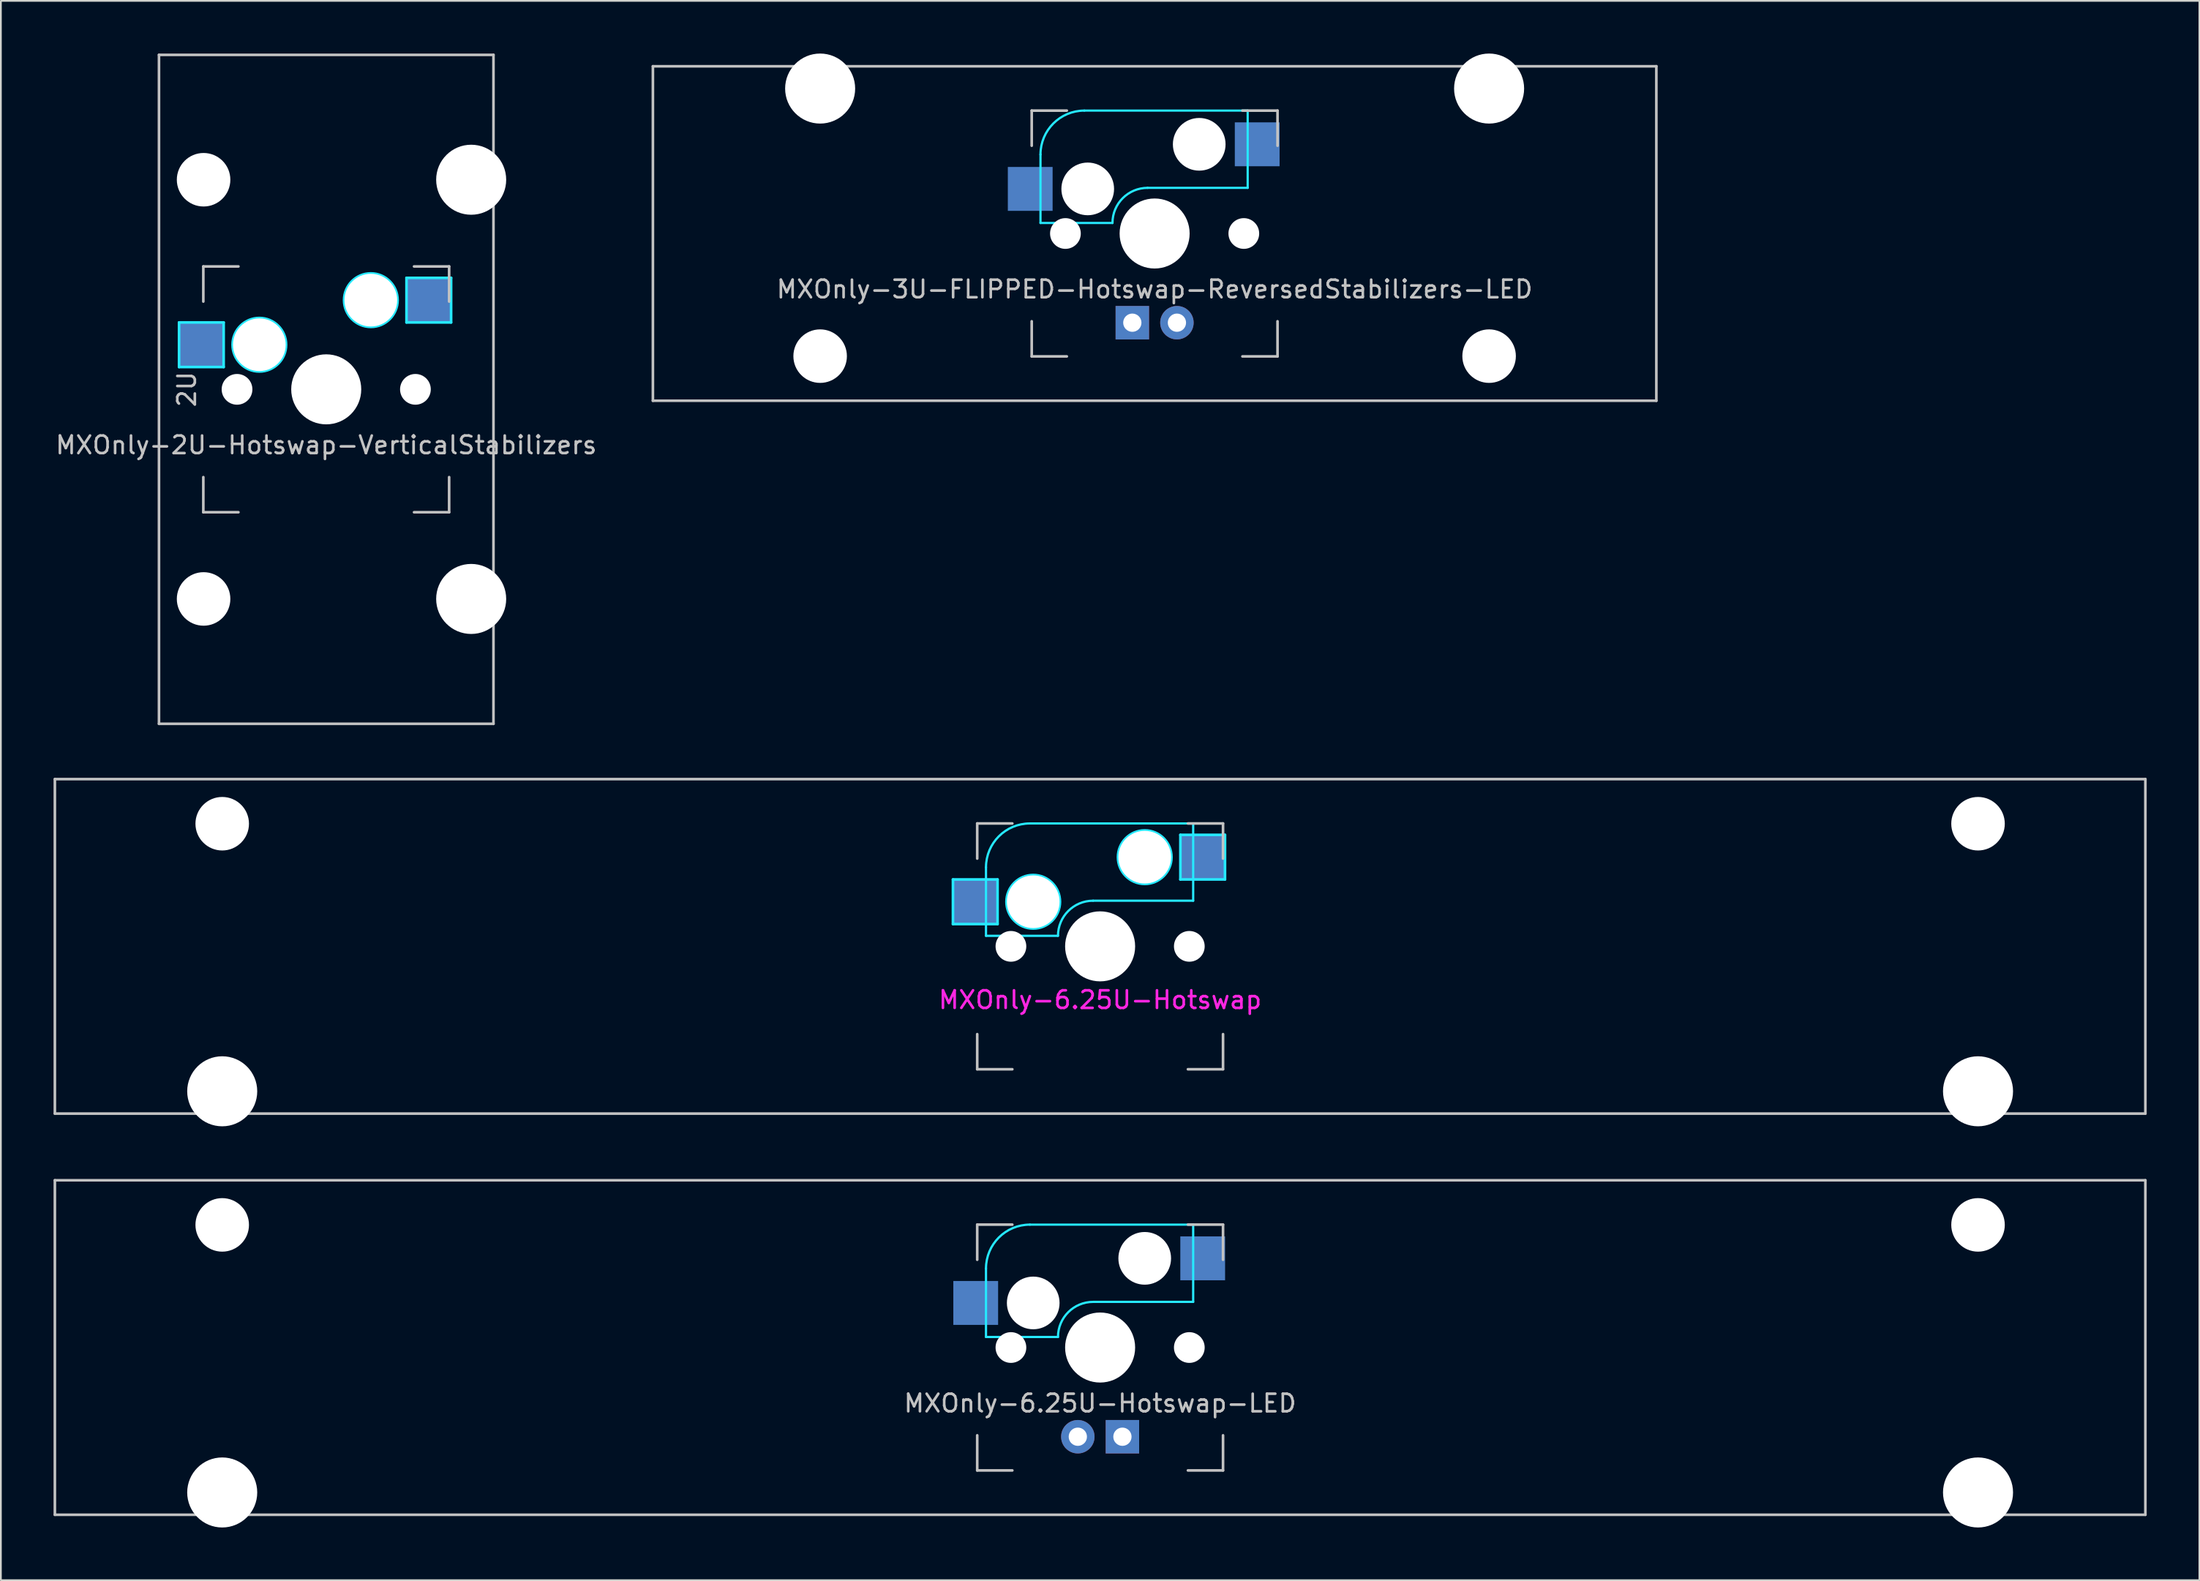
<source format=kicad_pcb>
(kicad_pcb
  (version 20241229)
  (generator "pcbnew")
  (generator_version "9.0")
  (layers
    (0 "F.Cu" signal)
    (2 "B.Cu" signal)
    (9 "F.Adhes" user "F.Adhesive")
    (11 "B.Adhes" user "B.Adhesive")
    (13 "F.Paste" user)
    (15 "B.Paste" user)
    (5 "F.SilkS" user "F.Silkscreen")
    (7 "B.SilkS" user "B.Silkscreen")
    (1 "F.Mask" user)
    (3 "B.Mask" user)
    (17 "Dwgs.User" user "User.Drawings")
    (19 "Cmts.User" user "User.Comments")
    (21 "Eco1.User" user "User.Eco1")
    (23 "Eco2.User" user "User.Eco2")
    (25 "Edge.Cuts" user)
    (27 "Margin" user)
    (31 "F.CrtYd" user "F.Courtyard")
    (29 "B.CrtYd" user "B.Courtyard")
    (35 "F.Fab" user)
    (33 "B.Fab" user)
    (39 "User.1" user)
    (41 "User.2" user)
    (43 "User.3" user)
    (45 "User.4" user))
  (footprint "MXOnly-2U-Hotswap-VerticalStabilizers"
    (layer "F.Cu")
    (at 15.53 19.125)
    (property "Reference" "MXOnly-2U-Hotswap-VerticalStabilizers" (at 0 3.175 0) (layer "Dwgs.User") (effects (font (size 1 1) (thickness 0.15))))
    (attr through_hole)
    (fp_line (start -9.525 -19.05) (end 9.525 -19.05) (stroke (width 0.15) (type solid)) (layer "Dwgs.User"))
    (fp_line (start -9.525 19.05) (end -9.525 -19.05) (stroke (width 0.15) (type solid)) (layer "Dwgs.User"))
    (fp_line (start -7 -7) (end -7 -5) (stroke (width 0.15) (type solid)) (layer "Dwgs.User"))
    (fp_line (start -7 5) (end -7 7) (stroke (width 0.15) (type solid)) (layer "Dwgs.User"))
    (fp_line (start -7 7) (end -5 7) (stroke (width 0.15) (type solid)) (layer "Dwgs.User"))
    (fp_line (start -5 -7) (end -7 -7) (stroke (width 0.15) (type solid)) (layer "Dwgs.User"))
    (fp_line (start 5 -7) (end 7 -7) (stroke (width 0.15) (type solid)) (layer "Dwgs.User"))
    (fp_line (start 5 7) (end 7 7) (stroke (width 0.15) (type solid)) (layer "Dwgs.User"))
    (fp_line (start 7 -7) (end 7 -5) (stroke (width 0.15) (type solid)) (layer "Dwgs.User"))
    (fp_line (start 7 7) (end 7 5) (stroke (width 0.15) (type solid)) (layer "Dwgs.User"))
    (fp_line (start 9.525 19.05) (end -9.525 19.05) (stroke (width 0.15) (type solid)) (layer "Dwgs.User"))
    (fp_line (start 9.525 19.05) (end 9.525 -19.05) (stroke (width 0.15) (type solid)) (layer "Dwgs.User"))
    (fp_line (start -8.382 -3.81) (end -5.842 -3.81) (stroke (width 0.15) (type solid)) (layer "B.CrtYd"))
    (fp_line (start -8.382 -1.27) (end -8.382 -3.81) (stroke (width 0.15) (type solid)) (layer "B.CrtYd"))
    (fp_line (start -5.842 -3.81) (end -5.842 -1.27) (stroke (width 0.15) (type solid)) (layer "B.CrtYd"))
    (fp_line (start -5.842 -1.27) (end -8.382 -1.27) (stroke (width 0.15) (type solid)) (layer "B.CrtYd"))
    (fp_line (start 4.572 -6.35) (end 7.112 -6.35) (stroke (width 0.15) (type solid)) (layer "B.CrtYd"))
    (fp_line (start 4.572 -3.81) (end 4.572 -6.35) (stroke (width 0.15) (type solid)) (layer "B.CrtYd"))
    (fp_line (start 7.112 -6.35) (end 7.112 -3.81) (stroke (width 0.15) (type solid)) (layer "B.CrtYd"))
    (fp_line (start 7.112 -3.81) (end 4.572 -3.81) (stroke (width 0.15) (type solid)) (layer "B.CrtYd"))
    (fp_circle (center -3.81 -2.54) (end -3.81 -4.064) (stroke (width 0.15) (type solid)) (fill no) (layer "B.CrtYd"))
    (fp_circle (center 2.54 -5.08) (end 2.54 -6.604) (stroke (width 0.15) (type solid)) (fill no) (layer "B.CrtYd"))
    (fp_text user "2U" (at -7.938 0 270) (layer "Dwgs.User") (effects (font (size 1 1) (thickness 0.15))))
    (pad "" np_thru_hole circle (at -6.985 -11.938 180) (size 3.048 3.048) (drill 3.048) (layers "*.Cu" "*.Mask"))
    (pad "" np_thru_hole circle (at -6.985 11.938 90) (size 3.048 3.048) (drill 3.048) (layers "*.Cu" "*.Mask"))
    (pad "" np_thru_hole circle (at -5.08 0 48.1) (size 1.75 1.75) (drill 1.75) (layers "*.Cu" "*.Mask"))
    (pad "" np_thru_hole circle (at -3.81 -2.54) (size 3 3) (drill 3) (layers "*.Cu" "*.Mask"))
    (pad "" np_thru_hole circle (at 0 0) (size 3.988 3.988) (drill 3.988) (layers "*.Cu" "*.Mask"))
    (pad "" np_thru_hole circle (at 2.54 -5.08) (size 3 3) (drill 3) (layers "*.Cu" "*.Mask"))
    (pad "" np_thru_hole circle (at 5.08 0 48.1) (size 1.75 1.75) (drill 1.75) (layers "*.Cu" "*.Mask"))
    (pad "" np_thru_hole circle (at 8.255 -11.938 90) (size 3.988 3.988) (drill 3.988) (layers "*.Cu" "*.Mask"))
    (pad "" np_thru_hole circle (at 8.255 11.938 90) (size 3.988 3.988) (drill 3.988) (layers "*.Cu" "*.Mask"))
    (pad "1" smd rect (at -7.085 -2.54) (size 2.55 2.5) (layers "B.Cu" "B.Mask" "B.Paste"))
    (pad "2" smd rect (at 5.842 -5.08) (size 2.55 2.5) (layers "B.Cu" "B.Mask" "B.Paste")))
  (footprint "MXOnly-6.25U-Hotswap-LED"
    (layer "F.Cu")
    (at 59.606 73.699)
    (property "Reference" "MXOnly-6.25U-Hotswap-LED" (at 0 3.175 0) (layer "Dwgs.User") (effects (font (size 1 1) (thickness 0.15))))
    (attr through_hole)
    (fp_line (start -59.531 -9.525) (end 59.531 -9.525) (stroke (width 0.15) (type solid)) (layer "Dwgs.User"))
    (fp_line (start -59.531 9.525) (end -59.531 -9.525) (stroke (width 0.15) (type solid)) (layer "Dwgs.User"))
    (fp_line (start -59.531 9.525) (end 59.531 9.525) (stroke (width 0.15) (type solid)) (layer "Dwgs.User"))
    (fp_line (start -7 -7) (end -7 -5) (stroke (width 0.15) (type solid)) (layer "Dwgs.User"))
    (fp_line (start -7 5) (end -7 7) (stroke (width 0.15) (type solid)) (layer "Dwgs.User"))
    (fp_line (start -7 7) (end -5 7) (stroke (width 0.15) (type solid)) (layer "Dwgs.User"))
    (fp_line (start -5 -7) (end -7 -7) (stroke (width 0.15) (type solid)) (layer "Dwgs.User"))
    (fp_line (start 5 -7) (end 7 -7) (stroke (width 0.15) (type solid)) (layer "Dwgs.User"))
    (fp_line (start 5 7) (end 7 7) (stroke (width 0.15) (type solid)) (layer "Dwgs.User"))
    (fp_line (start 7 -7) (end 7 -5) (stroke (width 0.15) (type solid)) (layer "Dwgs.User"))
    (fp_line (start 7 7) (end 7 5) (stroke (width 0.15) (type solid)) (layer "Dwgs.User"))
    (fp_line (start 59.531 -9.525) (end 59.531 9.525) (stroke (width 0.15) (type solid)) (layer "Dwgs.User"))
    (fp_line (start -6.5 -4.5) (end -6.5 -0.6) (stroke (width 0.127) (type solid)) (layer "B.CrtYd"))
    (fp_line (start -6.5 -0.6) (end -2.4 -0.6) (stroke (width 0.127) (type solid)) (layer "B.CrtYd"))
    (fp_line (start -0.4 -2.6) (end 5.3 -2.6) (stroke (width 0.127) (type solid)) (layer "B.CrtYd"))
    (fp_line (start 5.3 -7) (end -4 -7) (stroke (width 0.127) (type solid)) (layer "B.CrtYd"))
    (fp_line (start 5.3 -7) (end 5.3 -2.6) (stroke (width 0.127) (type solid)) (layer "B.CrtYd"))
    (fp_arc (start -6.5 -4.5) (mid -5.767767 -6.267767) (end -4 -7) (stroke (width 0.127) (type solid)) (layer "B.CrtYd"))
    (fp_arc (start -2.4 -0.6) (mid -1.814214 -2.014214) (end -0.4 -2.6) (stroke (width 0.127) (type solid)) (layer "B.CrtYd"))
    (pad "" np_thru_hole circle (at -50 -6.985) (size 3.048 3.048) (drill 3.048) (layers "*.Cu" "*.Mask"))
    (pad "" np_thru_hole circle (at -50 8.255) (size 3.988 3.988) (drill 3.988) (layers "*.Cu" "*.Mask"))
    (pad "" np_thru_hole circle (at -5.08 0 48.1) (size 1.75 1.75) (drill 1.75) (layers "*.Cu" "*.Mask"))
    (pad "" np_thru_hole circle (at -3.81 -2.54) (size 3 3) (drill 3) (layers "*.Cu" "*.Mask"))
    (pad "" np_thru_hole circle (at 0 0) (size 3.988 3.988) (drill 3.988) (layers "*.Cu" "*.Mask"))
    (pad "" np_thru_hole circle (at 2.54 -5.08) (size 3 3) (drill 3) (layers "*.Cu" "*.Mask"))
    (pad "" np_thru_hole circle (at 5.08 0 48.1) (size 1.75 1.75) (drill 1.75) (layers "*.Cu" "*.Mask"))
    (pad "" np_thru_hole circle (at 50 -6.985) (size 3.048 3.048) (drill 3.048) (layers "*.Cu" "*.Mask"))
    (pad "" np_thru_hole circle (at 50 8.255) (size 3.988 3.988) (drill 3.988) (layers "*.Cu" "*.Mask"))
    (pad "1" smd rect (at -7.085 -2.54) (size 2.55 2.5) (layers "B.Cu" "B.Mask" "B.Paste"))
    (pad "2" smd rect (at 5.842 -5.08) (size 2.55 2.5) (layers "B.Cu" "B.Mask" "B.Paste"))
    (pad "3" thru_hole circle (at -1.27 5.08) (size 1.905 1.905) (drill 1.04) (layers "*.Cu" "B.Mask"))
    (pad "4" thru_hole rect (at 1.27 5.08) (size 1.905 1.905) (drill 1.04) (layers "*.Cu" "B.Mask")))
  (footprint "MXOnly-3U-FLIPPED-Hotswap-ReversedStabilizers-LED"
    (layer "F.Cu")
    (at 62.71 10.249)
    (property "Reference" "MXOnly-3U-FLIPPED-Hotswap-ReversedStabilizers-LED" (at 0 3.175 0) (layer "Dwgs.User") (effects (font (size 1 1) (thickness 0.15))))
    (attr through_hole)
    (fp_line (start -28.575 -9.525) (end 28.575 -9.525) (stroke (width 0.15) (type solid)) (layer "Dwgs.User"))
    (fp_line (start -28.575 9.525) (end -28.575 -9.525) (stroke (width 0.15) (type solid)) (layer "Dwgs.User"))
    (fp_line (start -28.575 9.525) (end 28.575 9.525) (stroke (width 0.15) (type solid)) (layer "Dwgs.User"))
    (fp_line (start -7 -7) (end -7 -5) (stroke (width 0.15) (type solid)) (layer "Dwgs.User"))
    (fp_line (start -7 5) (end -7 7) (stroke (width 0.15) (type solid)) (layer "Dwgs.User"))
    (fp_line (start -7 7) (end -5 7) (stroke (width 0.15) (type solid)) (layer "Dwgs.User"))
    (fp_line (start -5 -7) (end -7 -7) (stroke (width 0.15) (type solid)) (layer "Dwgs.User"))
    (fp_line (start 5 -7) (end 7 -7) (stroke (width 0.15) (type solid)) (layer "Dwgs.User"))
    (fp_line (start 5 7) (end 7 7) (stroke (width 0.15) (type solid)) (layer "Dwgs.User"))
    (fp_line (start 7 -7) (end 7 -5) (stroke (width 0.15) (type solid)) (layer "Dwgs.User"))
    (fp_line (start 7 7) (end 7 5) (stroke (width 0.15) (type solid)) (layer "Dwgs.User"))
    (fp_line (start 28.575 -9.525) (end 28.575 9.525) (stroke (width 0.15) (type solid)) (layer "Dwgs.User"))
    (fp_line (start -6.5 -4.5) (end -6.5 -0.6) (stroke (width 0.127) (type solid)) (layer "B.CrtYd"))
    (fp_line (start -6.5 -0.6) (end -2.4 -0.6) (stroke (width 0.127) (type solid)) (layer "B.CrtYd"))
    (fp_line (start -0.4 -2.6) (end 5.3 -2.6) (stroke (width 0.127) (type solid)) (layer "B.CrtYd"))
    (fp_line (start 5.3 -7) (end -4 -7) (stroke (width 0.127) (type solid)) (layer "B.CrtYd"))
    (fp_line (start 5.3 -7) (end 5.3 -2.6) (stroke (width 0.127) (type solid)) (layer "B.CrtYd"))
    (fp_arc (start -6.5 -4.5) (mid -5.767767 -6.267767) (end -4 -7) (stroke (width 0.127) (type solid)) (layer "B.CrtYd"))
    (fp_arc (start -2.4 -0.6) (mid -1.814214 -2.014214) (end -0.4 -2.6) (stroke (width 0.127) (type solid)) (layer "B.CrtYd"))
    (pad "" np_thru_hole circle (at -19.05 -8.255 180) (size 3.988 3.988) (drill 3.988) (layers "*.Cu" "*.Mask"))
    (pad "" np_thru_hole circle (at -19.05 6.985 180) (size 3.048 3.048) (drill 3.048) (layers "*.Cu" "*.Mask"))
    (pad "" np_thru_hole circle (at -5.08 0 48.1) (size 1.75 1.75) (drill 1.75) (layers "*.Cu" "*.Mask"))
    (pad "" np_thru_hole circle (at -3.81 -2.54) (size 3 3) (drill 3) (layers "*.Cu" "*.Mask"))
    (pad "" np_thru_hole circle (at 0 0) (size 3.988 3.988) (drill 3.988) (layers "*.Cu" "*.Mask"))
    (pad "" np_thru_hole circle (at 2.54 -5.08) (size 3 3) (drill 3) (layers "*.Cu" "*.Mask"))
    (pad "" np_thru_hole circle (at 5.08 0 48.1) (size 1.75 1.75) (drill 1.75) (layers "*.Cu" "*.Mask"))
    (pad "" np_thru_hole circle (at 19.05 -8.255 180) (size 3.988 3.988) (drill 3.988) (layers "*.Cu" "*.Mask"))
    (pad "" np_thru_hole circle (at 19.05 6.985 180) (size 3.048 3.048) (drill 3.048) (layers "*.Cu" "*.Mask"))
    (pad "1" smd rect (at -7.085 -2.54) (size 2.55 2.5) (layers "B.Cu" "B.Mask" "B.Paste"))
    (pad "2" smd rect (at 5.842 -5.08) (size 2.55 2.5) (layers "B.Cu" "B.Mask" "B.Paste"))
    (pad "3" thru_hole circle (at 1.27 5.08 180) (size 1.905 1.905) (drill 1.04) (layers "*.Cu" "B.Mask"))
    (pad "4" thru_hole rect (at -1.27 5.08 180) (size 1.905 1.905) (drill 1.04) (layers "*.Cu" "B.Mask")))
  (footprint "MXOnly-6.25U-Hotswap"
    (layer "F.Cu")
    (at 59.606 50.85)
    (property "Reference" "MXOnly-6.25U-Hotswap" (at 0 3.048 0) (layer "F.CrtYd") (effects (font (size 1 1) (thickness 0.15))))
    (attr smd)
    (fp_line (start -59.531 -9.525) (end 59.531 -9.525) (stroke (width 0.15) (type solid)) (layer "Dwgs.User"))
    (fp_line (start -59.531 9.525) (end -59.531 -9.525) (stroke (width 0.15) (type solid)) (layer "Dwgs.User"))
    (fp_line (start -7 -7) (end -7 -5) (stroke (width 0.15) (type solid)) (layer "Dwgs.User"))
    (fp_line (start -7 5) (end -7 7) (stroke (width 0.15) (type solid)) (layer "Dwgs.User"))
    (fp_line (start -7 7) (end -5 7) (stroke (width 0.15) (type solid)) (layer "Dwgs.User"))
    (fp_line (start -5 -7) (end -7 -7) (stroke (width 0.15) (type solid)) (layer "Dwgs.User"))
    (fp_line (start 5 -7) (end 7 -7) (stroke (width 0.15) (type solid)) (layer "Dwgs.User"))
    (fp_line (start 5 7) (end 7 7) (stroke (width 0.15) (type solid)) (layer "Dwgs.User"))
    (fp_line (start 7 -7) (end 7 -5) (stroke (width 0.15) (type solid)) (layer "Dwgs.User"))
    (fp_line (start 7 7) (end 7 5) (stroke (width 0.15) (type solid)) (layer "Dwgs.User"))
    (fp_line (start 59.531 -9.525) (end 59.531 9.525) (stroke (width 0.15) (type solid)) (layer "Dwgs.User"))
    (fp_line (start 59.531 9.525) (end -59.531 9.525) (stroke (width 0.15) (type solid)) (layer "Dwgs.User"))
    (fp_line (start -8.382 -3.81) (end -5.842 -3.81) (stroke (width 0.15) (type solid)) (layer "B.CrtYd"))
    (fp_line (start -8.382 -1.27) (end -8.382 -3.81) (stroke (width 0.15) (type solid)) (layer "B.CrtYd"))
    (fp_line (start -6.5 -4.5) (end -6.5 -0.6) (stroke (width 0.127) (type solid)) (layer "B.CrtYd"))
    (fp_line (start -6.5 -0.6) (end -2.4 -0.6) (stroke (width 0.127) (type solid)) (layer "B.CrtYd"))
    (fp_line (start -5.842 -3.81) (end -5.842 -1.27) (stroke (width 0.15) (type solid)) (layer "B.CrtYd"))
    (fp_line (start -5.842 -1.27) (end -8.382 -1.27) (stroke (width 0.15) (type solid)) (layer "B.CrtYd"))
    (fp_line (start -0.4 -2.6) (end 5.3 -2.6) (stroke (width 0.127) (type solid)) (layer "B.CrtYd"))
    (fp_line (start 4.572 -6.35) (end 7.112 -6.35) (stroke (width 0.15) (type solid)) (layer "B.CrtYd"))
    (fp_line (start 4.572 -3.81) (end 4.572 -6.35) (stroke (width 0.15) (type solid)) (layer "B.CrtYd"))
    (fp_line (start 5.3 -7) (end -4 -7) (stroke (width 0.127) (type solid)) (layer "B.CrtYd"))
    (fp_line (start 5.3 -7) (end 5.3 -2.6) (stroke (width 0.127) (type solid)) (layer "B.CrtYd"))
    (fp_line (start 7.112 -6.35) (end 7.112 -3.81) (stroke (width 0.15) (type solid)) (layer "B.CrtYd"))
    (fp_line (start 7.112 -3.81) (end 4.572 -3.81) (stroke (width 0.15) (type solid)) (layer "B.CrtYd"))
    (fp_arc (start -6.5 -4.5) (mid -5.767767 -6.267767) (end -4 -7) (stroke (width 0.127) (type solid)) (layer "B.CrtYd"))
    (fp_arc (start -2.4 -0.6) (mid -1.814214 -2.014214) (end -0.4 -2.6) (stroke (width 0.127) (type solid)) (layer "B.CrtYd"))
    (fp_circle (center -3.81 -2.54) (end -3.81 -4.064) (stroke (width 0.15) (type solid)) (fill no) (layer "B.CrtYd"))
    (fp_circle (center 2.54 -5.08) (end 2.54 -6.604) (stroke (width 0.15) (type solid)) (fill no) (layer "B.CrtYd"))
    (pad "" np_thru_hole circle (at -50 -6.985) (size 3.048 3.048) (drill 3.048) (layers "*.Cu" "*.Mask"))
    (pad "" np_thru_hole circle (at -50 8.255) (size 3.988 3.988) (drill 3.988) (layers "*.Cu" "*.Mask"))
    (pad "" np_thru_hole circle (at -5.08 0 48.1) (size 1.75 1.75) (drill 1.75) (layers "*.Cu" "*.Mask"))
    (pad "" np_thru_hole circle (at -3.81 -2.54) (size 3 3) (drill 3) (layers "*.Cu" "*.Mask"))
    (pad "" np_thru_hole circle (at 0 0) (size 3.988 3.988) (drill 3.988) (layers "*.Cu" "*.Mask"))
    (pad "" np_thru_hole circle (at 2.54 -5.08) (size 3 3) (drill 3) (layers "*.Cu" "*.Mask"))
    (pad "" np_thru_hole circle (at 5.08 0 48.1) (size 1.75 1.75) (drill 1.75) (layers "*.Cu" "*.Mask"))
    (pad "" np_thru_hole circle (at 50 -6.985) (size 3.048 3.048) (drill 3.048) (layers "*.Cu" "*.Mask"))
    (pad "" np_thru_hole circle (at 50 8.255) (size 3.988 3.988) (drill 3.988) (layers "*.Cu" "*.Mask"))
    (pad "1" smd rect (at -7.085 -2.54) (size 2.55 2.5) (layers "B.Cu" "B.Mask" "B.Paste"))
    (pad "2" smd rect (at 5.842 -5.08) (size 2.55 2.5) (layers "B.Cu" "B.Mask" "B.Paste")))
  (gr_rect
    (start -3 -3)
    (end 122.213 86.948)
    (stroke (width 0.1) (type default))
    (fill no)
    (layer "Edge.Cuts")))
</source>
